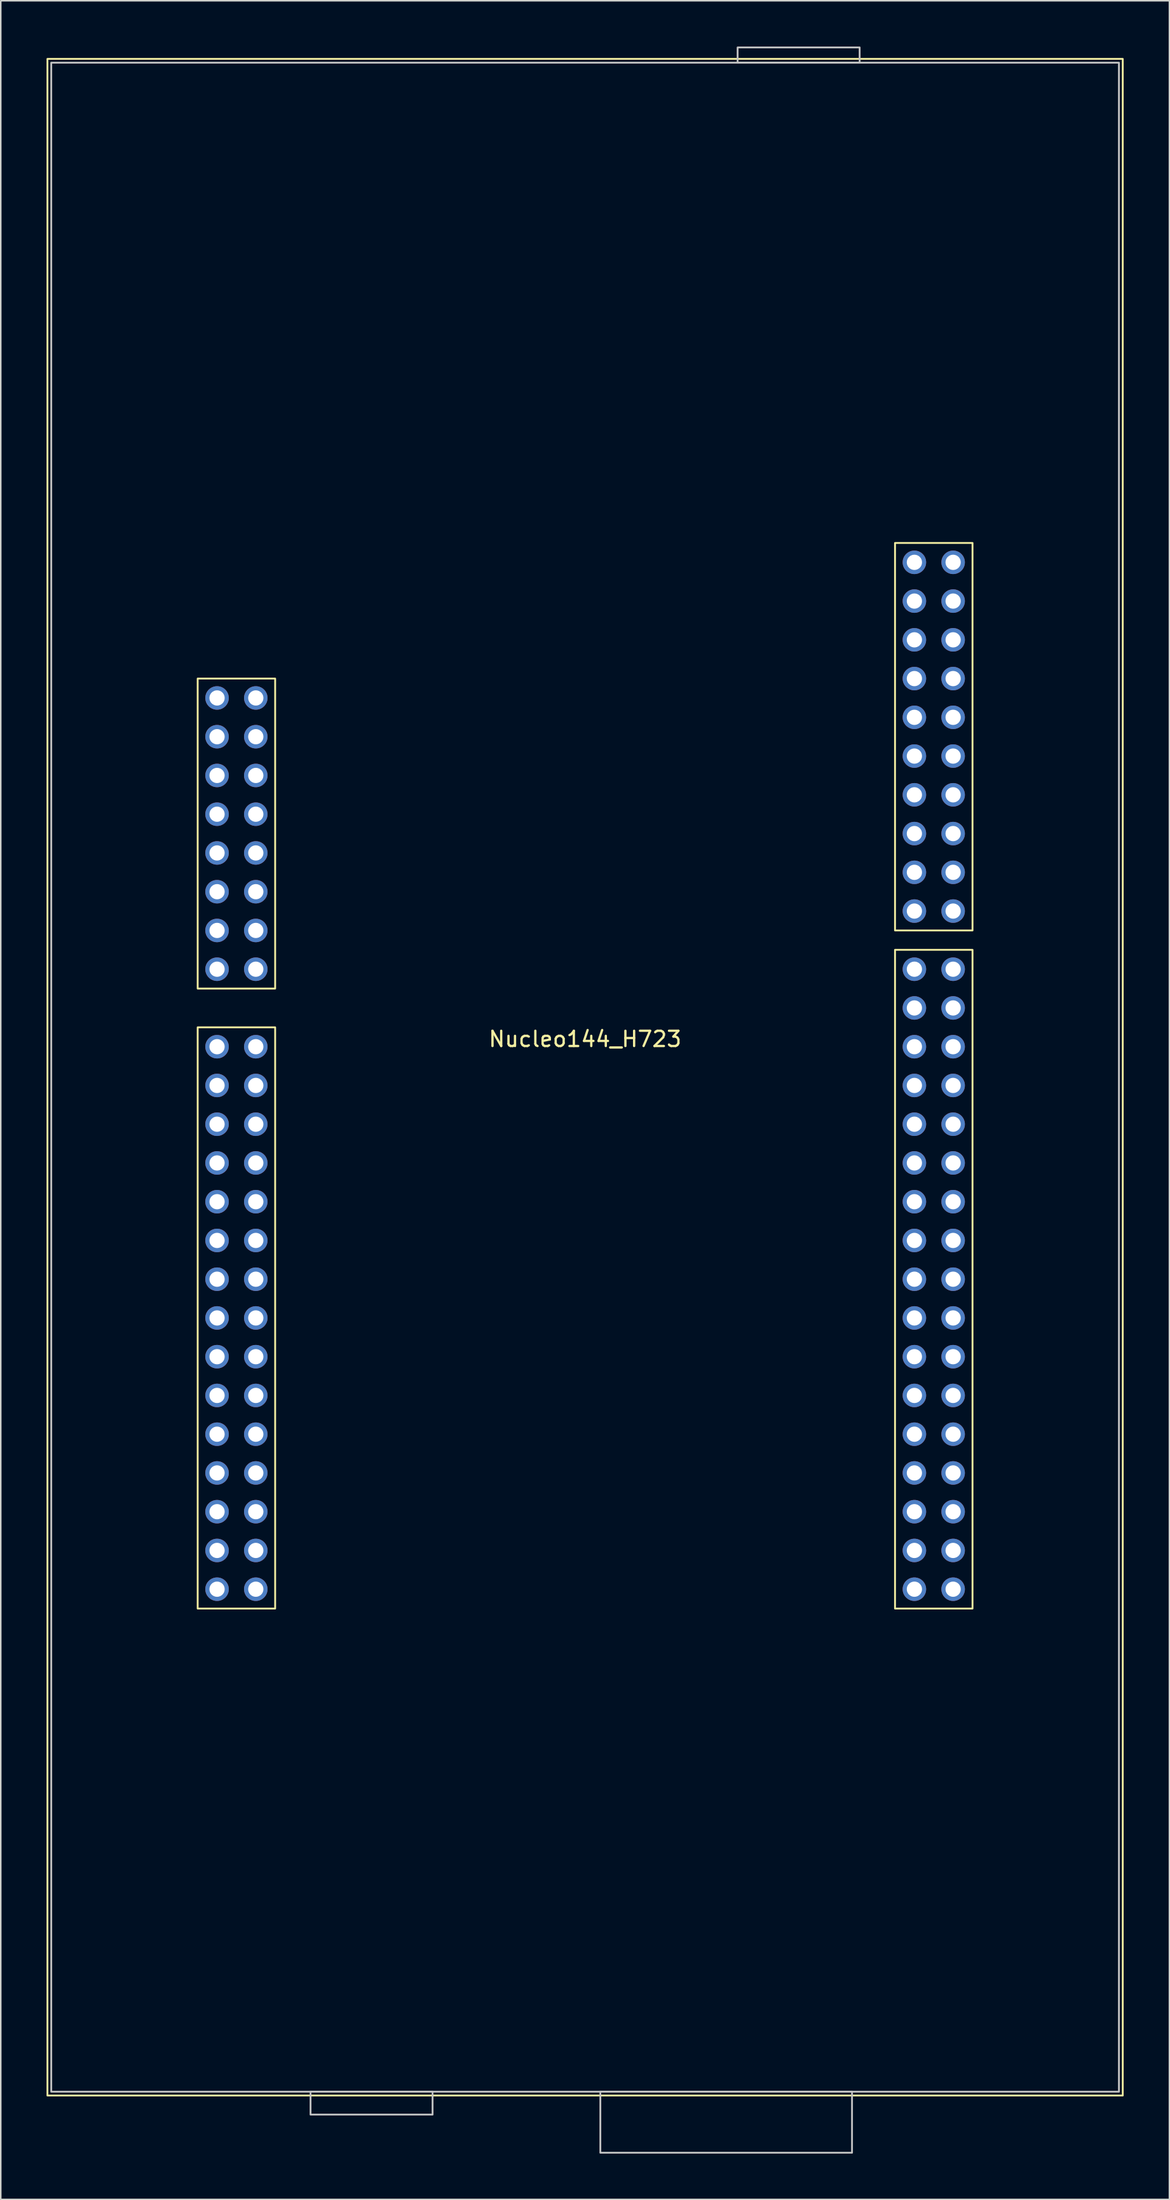
<source format=kicad_pcb>
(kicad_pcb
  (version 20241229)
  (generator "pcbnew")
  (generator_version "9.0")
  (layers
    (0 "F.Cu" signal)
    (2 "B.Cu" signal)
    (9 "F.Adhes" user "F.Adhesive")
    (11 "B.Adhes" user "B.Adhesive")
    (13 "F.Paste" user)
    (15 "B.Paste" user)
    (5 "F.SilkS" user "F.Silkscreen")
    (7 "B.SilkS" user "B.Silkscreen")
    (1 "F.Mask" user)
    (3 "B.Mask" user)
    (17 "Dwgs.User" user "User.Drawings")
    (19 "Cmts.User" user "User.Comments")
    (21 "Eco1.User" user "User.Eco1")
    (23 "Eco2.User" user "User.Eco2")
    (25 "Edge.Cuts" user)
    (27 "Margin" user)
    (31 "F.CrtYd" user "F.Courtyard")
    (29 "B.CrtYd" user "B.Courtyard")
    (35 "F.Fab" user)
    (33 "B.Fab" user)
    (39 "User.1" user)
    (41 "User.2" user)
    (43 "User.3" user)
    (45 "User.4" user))
  (footprint "Nucleo144_H723"
    (layer "F.Cu")
    (at 35.31 65.56)
    (property "Reference" "Nucleo144_H723" (at 0 -0.5 0) (unlocked yes) (layer "F.SilkS") (effects (font (size 1 1) (thickness 0.15))))
    (attr through_hole)
    (fp_rect (start -35.25 -64.75) (end 35.25 68.75) (stroke (width 0.12) (type default)) (fill no) (layer "F.SilkS"))
    (fp_rect (start -25.4 -24.13) (end -20.32 -3.81) (stroke (width 0.12) (type default)) (fill no) (layer "F.SilkS"))
    (fp_rect (start -25.4 -1.27) (end -20.32 36.83) (stroke (width 0.12) (type default)) (fill no) (layer "F.SilkS"))
    (fp_rect (start 20.32 -33.02) (end 25.4 -7.62) (stroke (width 0.12) (type default)) (fill no) (layer "F.SilkS"))
    (fp_rect (start 20.32 -6.35) (end 25.4 36.83) (stroke (width 0.12) (type default)) (fill no) (layer "F.SilkS"))
    (fp_rect (start -35 -64.5) (end 35 68.5) (stroke (width 0.12) (type default)) (fill no) (layer "Dwgs.User"))
    (fp_rect (start -18 68.5) (end -10 70) (stroke (width 0.12) (type default)) (fill no) (layer "Dwgs.User"))
    (fp_rect (start 10 -65.5) (end 18 -64.5) (stroke (width 0.12) (type default)) (fill no) (layer "Dwgs.User"))
    (fp_rect (start 17.5 68.5) (end 1 72.5) (stroke (width 0.12) (type default)) (fill no) (layer "Dwgs.User"))
    (pad "A1" thru_hole circle (at -24.13 -22.86) (size 1.54 1.54) (drill 1) (layers "*.Cu" "*.Mask"))
    (pad "A2" thru_hole circle (at -21.59 -22.86) (size 1.54 1.54) (drill 1) (layers "*.Cu" "*.Mask"))
    (pad "A3" thru_hole circle (at -24.13 -20.32) (size 1.54 1.54) (drill 1) (layers "*.Cu" "*.Mask"))
    (pad "A4" thru_hole circle (at -21.59 -20.32) (size 1.54 1.54) (drill 1) (layers "*.Cu" "*.Mask"))
    (pad "A5" thru_hole circle (at -24.13 -17.78) (size 1.54 1.54) (drill 1) (layers "*.Cu" "*.Mask"))
    (pad "A6" thru_hole circle (at -21.59 -17.78) (size 1.54 1.54) (drill 1) (layers "*.Cu" "*.Mask"))
    (pad "A7" thru_hole circle (at -24.13 -15.24) (size 1.54 1.54) (drill 1) (layers "*.Cu" "*.Mask"))
    (pad "A8" thru_hole circle (at -21.59 -15.24) (size 1.54 1.54) (drill 1) (layers "*.Cu" "*.Mask"))
    (pad "A9" thru_hole circle (at -24.13 -12.7) (size 1.54 1.54) (drill 1) (layers "*.Cu" "*.Mask"))
    (pad "A10" thru_hole circle (at -21.59 -12.7) (size 1.54 1.54) (drill 1) (layers "*.Cu" "*.Mask"))
    (pad "A11" thru_hole circle (at -24.13 -10.16) (size 1.54 1.54) (drill 1) (layers "*.Cu" "*.Mask"))
    (pad "A12" thru_hole circle (at -21.59 -10.16) (size 1.54 1.54) (drill 1) (layers "*.Cu" "*.Mask"))
    (pad "A13" thru_hole circle (at -24.13 -7.62) (size 1.54 1.54) (drill 1) (layers "*.Cu" "*.Mask"))
    (pad "A14" thru_hole circle (at -21.59 -7.62) (size 1.54 1.54) (drill 1) (layers "*.Cu" "*.Mask"))
    (pad "A15" thru_hole circle (at -24.13 -5.08) (size 1.54 1.54) (drill 1) (layers "*.Cu" "*.Mask"))
    (pad "A16" thru_hole circle (at -21.59 -5.08) (size 1.54 1.54) (drill 1) (layers "*.Cu" "*.Mask"))
    (pad "A17" thru_hole circle (at -24.13 0) (size 1.54 1.54) (drill 1) (layers "*.Cu" "*.Mask"))
    (pad "A18" thru_hole circle (at -21.59 0) (size 1.54 1.54) (drill 1) (layers "*.Cu" "*.Mask"))
    (pad "A19" thru_hole circle (at -24.13 2.54) (size 1.54 1.54) (drill 1) (layers "*.Cu" "*.Mask"))
    (pad "A20" thru_hole circle (at -21.59 2.54) (size 1.54 1.54) (drill 1) (layers "*.Cu" "*.Mask"))
    (pad "A21" thru_hole circle (at -24.13 5.08) (size 1.54 1.54) (drill 1) (layers "*.Cu" "*.Mask"))
    (pad "A22" thru_hole circle (at -21.59 5.08) (size 1.54 1.54) (drill 1) (layers "*.Cu" "*.Mask"))
    (pad "A23" thru_hole circle (at -24.13 7.62) (size 1.54 1.54) (drill 1) (layers "*.Cu" "*.Mask"))
    (pad "A24" thru_hole circle (at -21.59 7.62) (size 1.54 1.54) (drill 1) (layers "*.Cu" "*.Mask"))
    (pad "A25" thru_hole circle (at -24.13 10.16) (size 1.54 1.54) (drill 1) (layers "*.Cu" "*.Mask"))
    (pad "A26" thru_hole circle (at -21.59 10.16) (size 1.54 1.54) (drill 1) (layers "*.Cu" "*.Mask"))
    (pad "A27" thru_hole circle (at -24.13 12.7) (size 1.54 1.54) (drill 1) (layers "*.Cu" "*.Mask"))
    (pad "A28" thru_hole circle (at -21.59 12.7) (size 1.54 1.54) (drill 1) (layers "*.Cu" "*.Mask"))
    (pad "A29" thru_hole circle (at -24.13 15.24) (size 1.54 1.54) (drill 1) (layers "*.Cu" "*.Mask"))
    (pad "A30" thru_hole circle (at -21.59 15.24) (size 1.54 1.54) (drill 1) (layers "*.Cu" "*.Mask"))
    (pad "A31" thru_hole circle (at -24.13 17.78) (size 1.54 1.54) (drill 1) (layers "*.Cu" "*.Mask"))
    (pad "A32" thru_hole circle (at -21.59 17.78) (size 1.54 1.54) (drill 1) (layers "*.Cu" "*.Mask"))
    (pad "A33" thru_hole circle (at -24.13 20.32) (size 1.54 1.54) (drill 1) (layers "*.Cu" "*.Mask"))
    (pad "A34" thru_hole circle (at -21.59 20.32) (size 1.54 1.54) (drill 1) (layers "*.Cu" "*.Mask"))
    (pad "A35" thru_hole circle (at -24.13 22.86) (size 1.54 1.54) (drill 1) (layers "*.Cu" "*.Mask"))
    (pad "A36" thru_hole circle (at -21.59 22.86) (size 1.54 1.54) (drill 1) (layers "*.Cu" "*.Mask"))
    (pad "A37" thru_hole circle (at -24.13 25.4) (size 1.54 1.54) (drill 1) (layers "*.Cu" "*.Mask"))
    (pad "A38" thru_hole circle (at -21.59 25.4) (size 1.54 1.54) (drill 1) (layers "*.Cu" "*.Mask"))
    (pad "A39" thru_hole circle (at -24.13 27.94) (size 1.54 1.54) (drill 1) (layers "*.Cu" "*.Mask"))
    (pad "A40" thru_hole circle (at -21.59 27.94) (size 1.54 1.54) (drill 1) (layers "*.Cu" "*.Mask"))
    (pad "A41" thru_hole circle (at -24.13 30.48) (size 1.54 1.54) (drill 1) (layers "*.Cu" "*.Mask"))
    (pad "A42" thru_hole circle (at -21.59 30.48) (size 1.54 1.54) (drill 1) (layers "*.Cu" "*.Mask"))
    (pad "A43" thru_hole circle (at -24.13 33.02) (size 1.54 1.54) (drill 1) (layers "*.Cu" "*.Mask"))
    (pad "A44" thru_hole circle (at -21.59 33.02) (size 1.54 1.54) (drill 1) (layers "*.Cu" "*.Mask"))
    (pad "A45" thru_hole circle (at -24.13 35.56) (size 1.54 1.54) (drill 1) (layers "*.Cu" "*.Mask"))
    (pad "A46" thru_hole circle (at -21.59 35.56) (size 1.54 1.54) (drill 1) (layers "*.Cu" "*.Mask"))
    (pad "B1" thru_hole circle (at 21.59 -31.75) (size 1.54 1.54) (drill 1) (layers "*.Cu" "*.Mask"))
    (pad "B2" thru_hole circle (at 24.13 -31.75) (size 1.54 1.54) (drill 1) (layers "*.Cu" "*.Mask"))
    (pad "B3" thru_hole circle (at 21.59 -29.21) (size 1.54 1.54) (drill 1) (layers "*.Cu" "*.Mask"))
    (pad "B4" thru_hole circle (at 24.13 -29.21) (size 1.54 1.54) (drill 1) (layers "*.Cu" "*.Mask"))
    (pad "B5" thru_hole circle (at 21.59 -26.67) (size 1.54 1.54) (drill 1) (layers "*.Cu" "*.Mask"))
    (pad "B6" thru_hole circle (at 24.13 -26.67) (size 1.54 1.54) (drill 1) (layers "*.Cu" "*.Mask"))
    (pad "B7" thru_hole circle (at 21.59 -24.13) (size 1.54 1.54) (drill 1) (layers "*.Cu" "*.Mask"))
    (pad "B8" thru_hole circle (at 24.13 -24.13) (size 1.54 1.54) (drill 1) (layers "*.Cu" "*.Mask"))
    (pad "B9" thru_hole circle (at 21.59 -21.59) (size 1.54 1.54) (drill 1) (layers "*.Cu" "*.Mask"))
    (pad "B10" thru_hole circle (at 24.13 -21.59) (size 1.54 1.54) (drill 1) (layers "*.Cu" "*.Mask"))
    (pad "B11" thru_hole circle (at 21.59 -19.05) (size 1.54 1.54) (drill 1) (layers "*.Cu" "*.Mask"))
    (pad "B12" thru_hole circle (at 24.13 -19.05) (size 1.54 1.54) (drill 1) (layers "*.Cu" "*.Mask"))
    (pad "B13" thru_hole circle (at 21.59 -16.51) (size 1.54 1.54) (drill 1) (layers "*.Cu" "*.Mask"))
    (pad "B14" thru_hole circle (at 24.13 -16.51) (size 1.54 1.54) (drill 1) (layers "*.Cu" "*.Mask"))
    (pad "B15" thru_hole circle (at 21.59 -13.97) (size 1.54 1.54) (drill 1) (layers "*.Cu" "*.Mask"))
    (pad "B16" thru_hole circle (at 24.13 -13.97) (size 1.54 1.54) (drill 1) (layers "*.Cu" "*.Mask"))
    (pad "B17" thru_hole circle (at 21.59 -11.43) (size 1.54 1.54) (drill 1) (layers "*.Cu" "*.Mask"))
    (pad "B18" thru_hole circle (at 24.13 -11.43) (size 1.54 1.54) (drill 1) (layers "*.Cu" "*.Mask"))
    (pad "B19" thru_hole circle (at 21.59 -8.89) (size 1.54 1.54) (drill 1) (layers "*.Cu" "*.Mask"))
    (pad "B20" thru_hole circle (at 24.13 -8.89) (size 1.54 1.54) (drill 1) (layers "*.Cu" "*.Mask"))
    (pad "B21" thru_hole circle (at 21.59 -5.08) (size 1.54 1.54) (drill 1) (layers "*.Cu" "*.Mask"))
    (pad "B22" thru_hole circle (at 24.13 -5.08) (size 1.54 1.54) (drill 1) (layers "*.Cu" "*.Mask"))
    (pad "B23" thru_hole circle (at 21.59 -2.54) (size 1.54 1.54) (drill 1) (layers "*.Cu" "*.Mask"))
    (pad "B24" thru_hole circle (at 24.13 -2.54) (size 1.54 1.54) (drill 1) (layers "*.Cu" "*.Mask"))
    (pad "B25" thru_hole circle (at 21.59 0) (size 1.54 1.54) (drill 1) (layers "*.Cu" "*.Mask"))
    (pad "B26" thru_hole circle (at 24.13 0) (size 1.54 1.54) (drill 1) (layers "*.Cu" "*.Mask"))
    (pad "B27" thru_hole circle (at 21.59 2.54) (size 1.54 1.54) (drill 1) (layers "*.Cu" "*.Mask"))
    (pad "B28" thru_hole circle (at 24.13 2.54) (size 1.54 1.54) (drill 1) (layers "*.Cu" "*.Mask"))
    (pad "B29" thru_hole circle (at 21.59 5.08) (size 1.54 1.54) (drill 1) (layers "*.Cu" "*.Mask"))
    (pad "B30" thru_hole circle (at 24.13 5.08) (size 1.54 1.54) (drill 1) (layers "*.Cu" "*.Mask"))
    (pad "B31" thru_hole circle (at 21.59 7.62) (size 1.54 1.54) (drill 1) (layers "*.Cu" "*.Mask"))
    (pad "B32" thru_hole circle (at 24.13 7.62) (size 1.54 1.54) (drill 1) (layers "*.Cu" "*.Mask"))
    (pad "B33" thru_hole circle (at 21.59 10.16) (size 1.54 1.54) (drill 1) (layers "*.Cu" "*.Mask"))
    (pad "B34" thru_hole circle (at 24.13 10.16) (size 1.54 1.54) (drill 1) (layers "*.Cu" "*.Mask"))
    (pad "B35" thru_hole circle (at 21.59 12.7) (size 1.54 1.54) (drill 1) (layers "*.Cu" "*.Mask"))
    (pad "B36" thru_hole circle (at 24.13 12.7) (size 1.54 1.54) (drill 1) (layers "*.Cu" "*.Mask"))
    (pad "B37" thru_hole circle (at 21.59 15.24) (size 1.54 1.54) (drill 1) (layers "*.Cu" "*.Mask"))
    (pad "B38" thru_hole circle (at 24.13 15.24) (size 1.54 1.54) (drill 1) (layers "*.Cu" "*.Mask"))
    (pad "B39" thru_hole circle (at 21.59 17.78) (size 1.54 1.54) (drill 1) (layers "*.Cu" "*.Mask"))
    (pad "B40" thru_hole circle (at 24.13 17.78) (size 1.54 1.54) (drill 1) (layers "*.Cu" "*.Mask"))
    (pad "B41" thru_hole circle (at 21.59 20.32) (size 1.54 1.54) (drill 1) (layers "*.Cu" "*.Mask"))
    (pad "B42" thru_hole circle (at 24.13 20.32) (size 1.54 1.54) (drill 1) (layers "*.Cu" "*.Mask"))
    (pad "B43" thru_hole circle (at 21.59 22.86) (size 1.54 1.54) (drill 1) (layers "*.Cu" "*.Mask"))
    (pad "B44" thru_hole circle (at 24.13 22.86) (size 1.54 1.54) (drill 1) (layers "*.Cu" "*.Mask"))
    (pad "B45" thru_hole circle (at 21.59 25.4) (size 1.54 1.54) (drill 1) (layers "*.Cu" "*.Mask"))
    (pad "B46" thru_hole circle (at 24.13 25.4) (size 1.54 1.54) (drill 1) (layers "*.Cu" "*.Mask"))
    (pad "B47" thru_hole circle (at 21.59 27.94) (size 1.54 1.54) (drill 1) (layers "*.Cu" "*.Mask"))
    (pad "B48" thru_hole circle (at 24.13 27.94) (size 1.54 1.54) (drill 1) (layers "*.Cu" "*.Mask"))
    (pad "B49" thru_hole circle (at 21.59 30.48) (size 1.54 1.54) (drill 1) (layers "*.Cu" "*.Mask"))
    (pad "B50" thru_hole circle (at 24.13 30.48) (size 1.54 1.54) (drill 1) (layers "*.Cu" "*.Mask"))
    (pad "B51" thru_hole circle (at 21.59 33.02) (size 1.54 1.54) (drill 1) (layers "*.Cu" "*.Mask"))
    (pad "B52" thru_hole circle (at 24.13 33.02) (size 1.54 1.54) (drill 1) (layers "*.Cu" "*.Mask"))
    (pad "B53" thru_hole circle (at 21.59 35.56) (size 1.54 1.54) (drill 1) (layers "*.Cu" "*.Mask"))
    (pad "B54" thru_hole circle (at 24.13 35.56) (size 1.54 1.54) (drill 1) (layers "*.Cu" "*.Mask")))
  (gr_rect
    (start -3 -3)
    (end 73.62 141.12)
    (stroke (width 0.1) (type default))
    (fill no)
    (layer "Edge.Cuts")))
</source>
